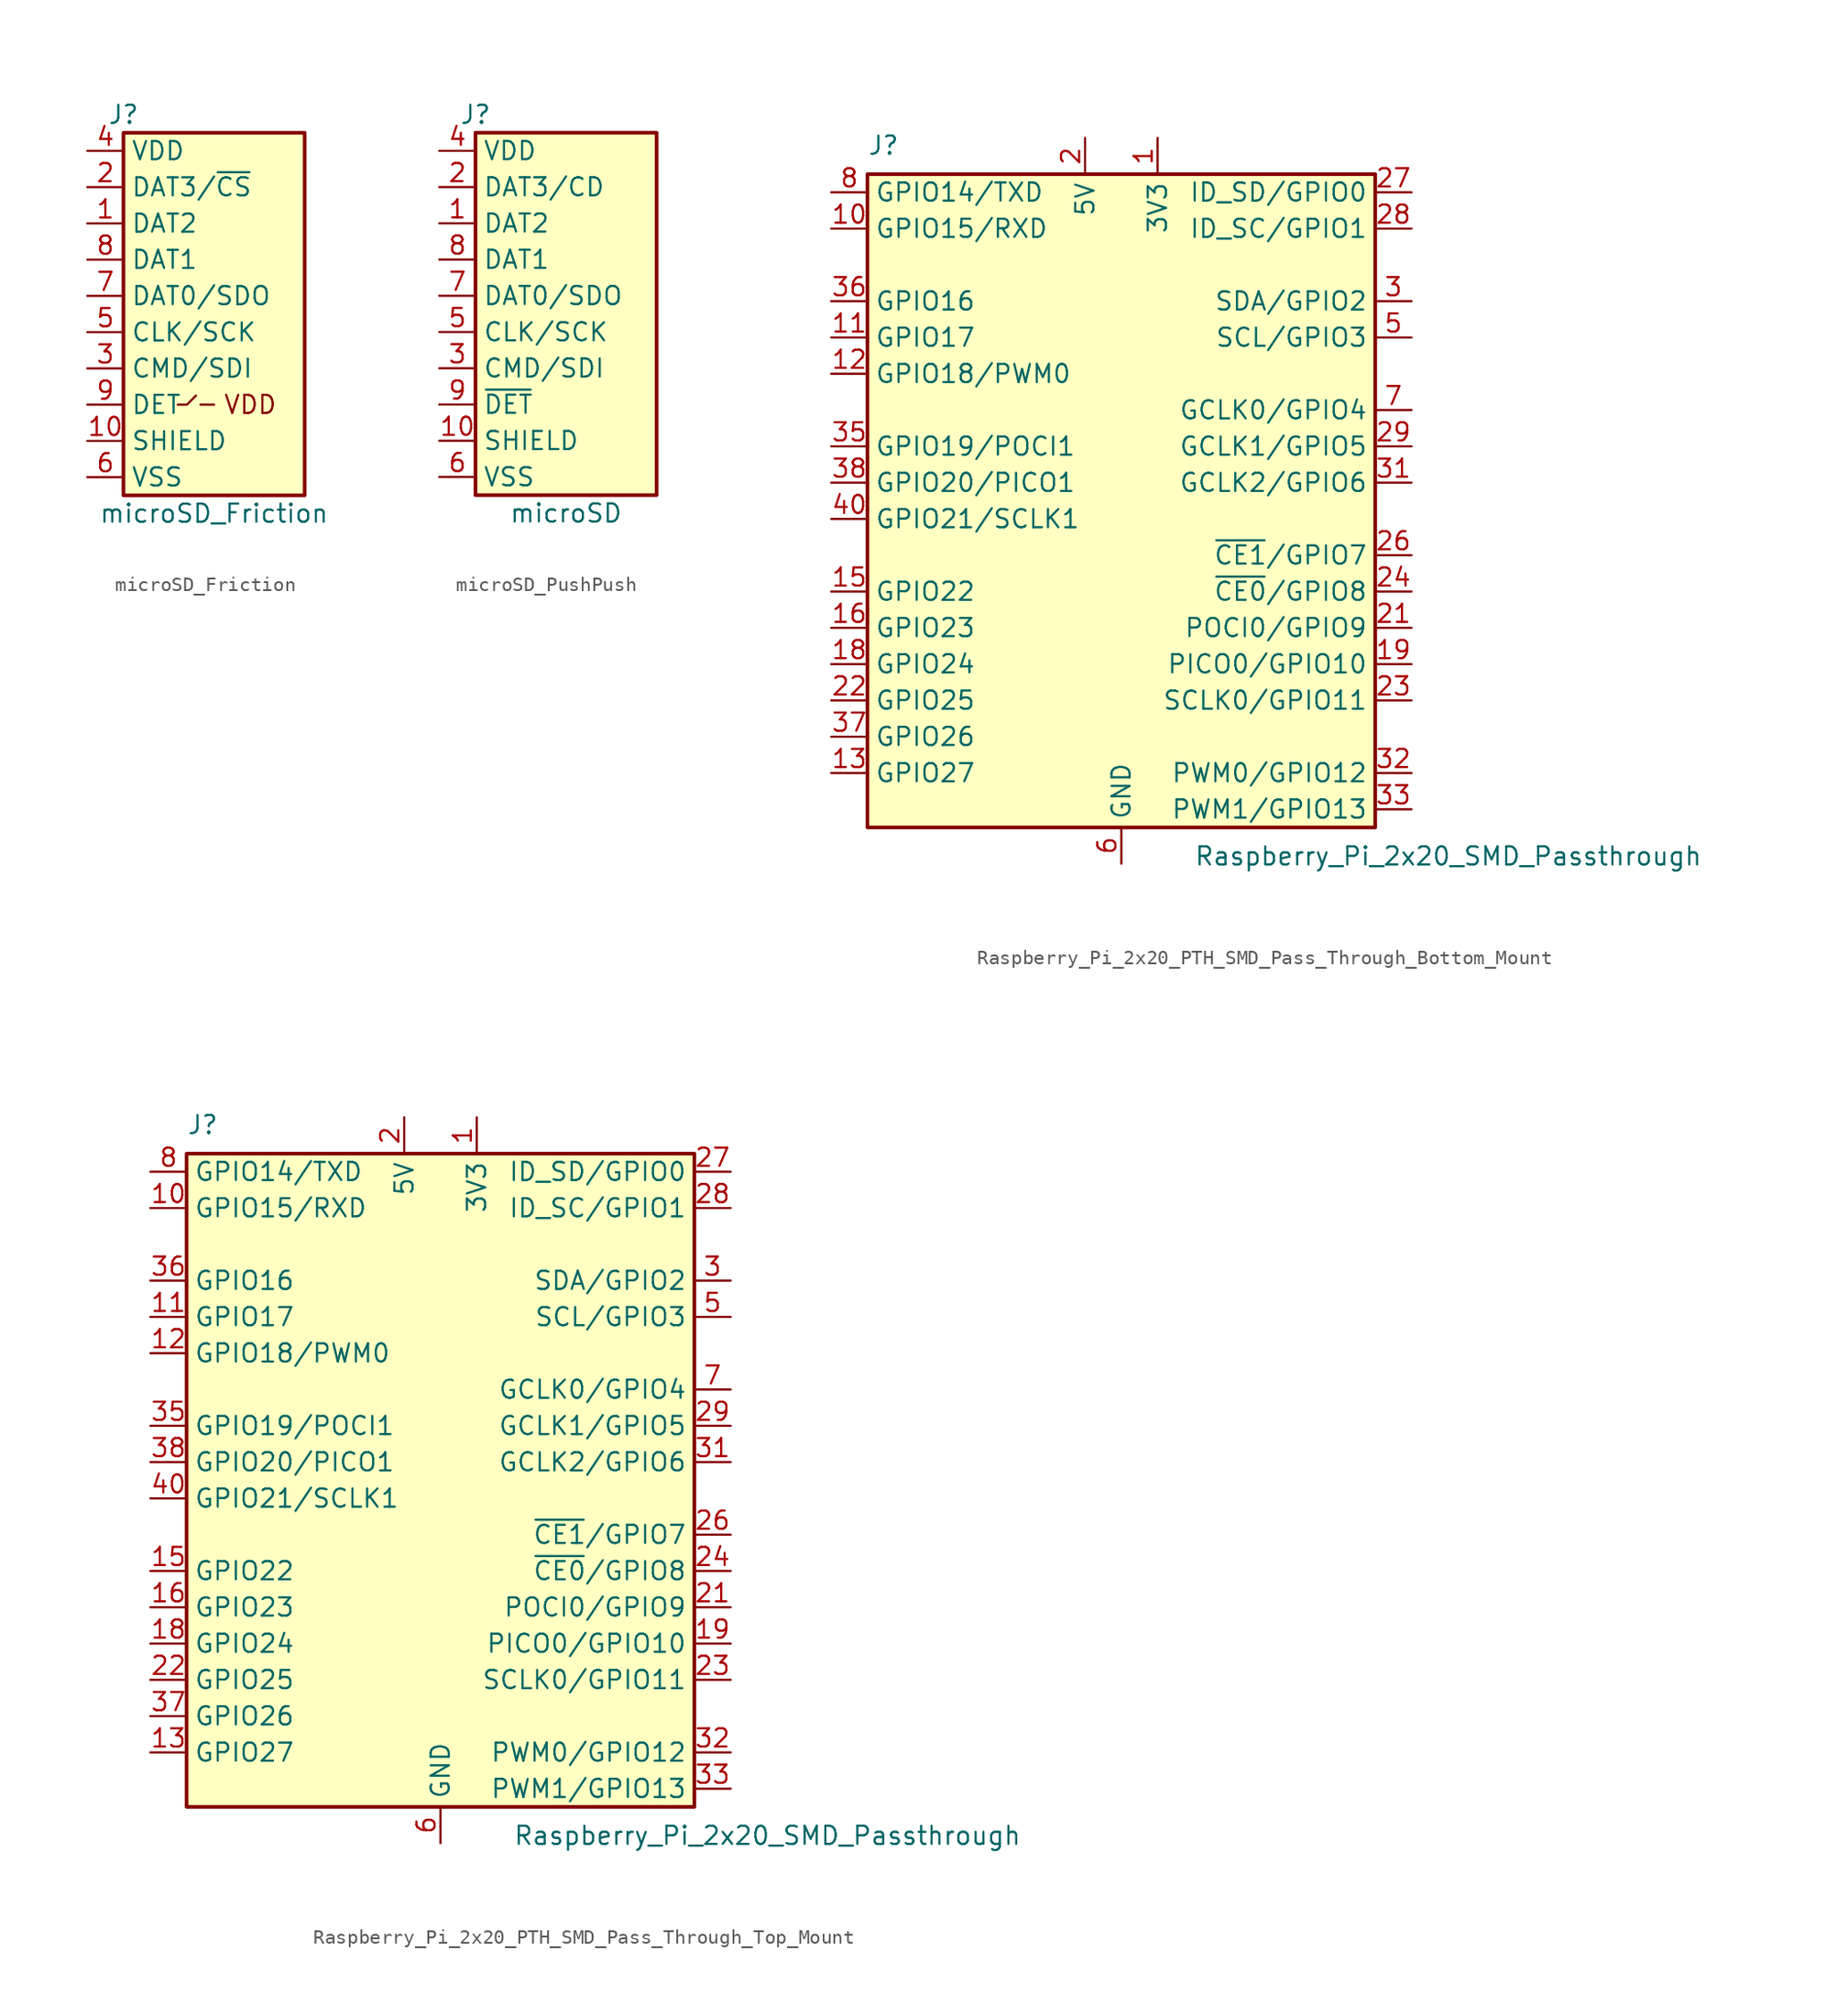
<source format=kicad_sym>
(kicad_symbol_lib
  (version 20241209)
  (generator "kicad_symbol_editor")
  (generator_version "9.0")
  (symbol "microSD_Friction"
    (property "Reference" "J"
      (at -6.35 15.24 0)
      (do_not_autoplace)
      (effects (font (size 1.27 1.27))))
    (property "Value" "microSD_Friction"
      (at 0 -12.7 0)
      (do_not_autoplace)
      (effects (font (size 1.27 1.27))))
    (symbol "microSD_Friction_0_1"
      (polyline (pts (xy -2.54 -5.08) (xy -1.905 -5.08) (xy -1.27 -4.445)) (stroke (width 0) (type default)) (fill (type none)))
      (polyline (pts (xy 0 -5.08) (xy -0.953 -5.08)) (stroke (width 0) (type default)) (fill (type none))))
    (symbol "microSD_Friction_1_1"
      (rectangle (start -6.35 13.97) (end 6.35 -11.43) (stroke (width 0.254) (type default)) (fill (type background)))
      (text "VDD" (at 2.54 -5.08 0) (effects (font (size 1.27 1.27))))
      (pin power_in line (at -8.89 12.7 0) (length 2.54) (name "VDD" (effects (font (size 1.27 1.27)))) (number "4" (effects (font (size 1.27 1.27)))))
      (pin bidirectional line (at -8.89 10.16 0) (length 2.54) (name "DAT3/~{CS}" (effects (font (size 1.27 1.27)))) (number "2" (effects (font (size 1.27 1.27)))))
      (pin bidirectional line (at -8.89 7.62 0) (length 2.54) (name "DAT2" (effects (font (size 1.27 1.27)))) (number "1" (effects (font (size 1.27 1.27)))))
      (pin bidirectional line (at -8.89 5.08 0) (length 2.54) (name "DAT1" (effects (font (size 1.27 1.27)))) (number "8" (effects (font (size 1.27 1.27)))))
      (pin bidirectional line (at -8.89 2.54 0) (length 2.54) (name "DAT0/SDO" (effects (font (size 1.27 1.27)))) (number "7" (effects (font (size 1.27 1.27)))))
      (pin input line (at -8.89 0 0) (length 2.54) (name "CLK/SCK" (effects (font (size 1.27 1.27)))) (number "5" (effects (font (size 1.27 1.27)))))
      (pin input line (at -8.89 -2.54 0) (length 2.54) (name "CMD/SDI" (effects (font (size 1.27 1.27)))) (number "3" (effects (font (size 1.27 1.27)))))
      (pin passive line (at -8.89 -5.08 0) (length 2.54) (name "DET" (effects (font (size 1.27 1.27)))) (number "9" (effects (font (size 1.27 1.27)))))
      (pin passive line (at -8.89 -7.62 0) (length 2.54) (name "SHIELD" (effects (font (size 1.27 1.27)))) (number "10" (effects (font (size 1.27 1.27)))))
      (pin power_in line (at -8.89 -10.16 0) (length 2.54) (name "VSS" (effects (font (size 1.27 1.27)))) (number "6" (effects (font (size 1.27 1.27)))))))
  (symbol "microSD_PushPush"
    (property "Reference" "J"
      (at -6.35 15.24 0)
      (do_not_autoplace)
      (effects (font (size 1.27 1.27))))
    (property "Value" "microSD"
      (at 0 -12.7 0)
      (do_not_autoplace)
      (effects (font (size 1.27 1.27))))
    (symbol "microSD_PushPush_1_1"
      (rectangle (start -6.35 13.97) (end 6.35 -11.43) (stroke (width 0.254) (type default)) (fill (type background)))
      (pin power_in line (at -8.89 12.7 0) (length 2.54) (name "VDD" (effects (font (size 1.27 1.27)))) (number "4" (effects (font (size 1.27 1.27)))))
      (pin bidirectional line (at -8.89 10.16 0) (length 2.54) (name "DAT3/CD" (effects (font (size 1.27 1.27)))) (number "2" (effects (font (size 1.27 1.27)))))
      (pin bidirectional line (at -8.89 7.62 0) (length 2.54) (name "DAT2" (effects (font (size 1.27 1.27)))) (number "1" (effects (font (size 1.27 1.27)))))
      (pin bidirectional line (at -8.89 5.08 0) (length 2.54) (name "DAT1" (effects (font (size 1.27 1.27)))) (number "8" (effects (font (size 1.27 1.27)))))
      (pin bidirectional line (at -8.89 2.54 0) (length 2.54) (name "DAT0/SDO" (effects (font (size 1.27 1.27)))) (number "7" (effects (font (size 1.27 1.27)))))
      (pin input line (at -8.89 0 0) (length 2.54) (name "CLK/SCK" (effects (font (size 1.27 1.27)))) (number "5" (effects (font (size 1.27 1.27)))))
      (pin input line (at -8.89 -2.54 0) (length 2.54) (name "CMD/SDI" (effects (font (size 1.27 1.27)))) (number "3" (effects (font (size 1.27 1.27)))))
      (pin passive line (at -8.89 -5.08 0) (length 2.54) (name "~{DET}" (effects (font (size 1.27 1.27)))) (number "9" (effects (font (size 1.27 1.27)))))
      (pin passive line (at -8.89 -7.62 0) (length 2.54) (name "SHIELD" (effects (font (size 1.27 1.27)))) (number "10" (effects (font (size 1.27 1.27)))))
      (pin power_in line (at -8.89 -10.16 0) (length 2.54) (name "VSS" (effects (font (size 1.27 1.27)))) (number "6" (effects (font (size 1.27 1.27)))))
      (pin no_connect line (at 2.54 -8.89 90) (length 2.54) (hide yes) (name "SHIELD" (effects (font (size 1.27 1.27)))) (number "11" (effects (font (size 1.27 1.27)))))
      (pin no_connect line (at 3.81 -8.89 90) (length 2.54) (hide yes) (name "SHIELD" (effects (font (size 1.27 1.27)))) (number "12" (effects (font (size 1.27 1.27)))))
      (pin no_connect line (at 5.08 -8.89 90) (length 2.54) (hide yes) (name "SHIELD" (effects (font (size 1.27 1.27)))) (number "13" (effects (font (size 1.27 1.27)))))))
  (symbol "Raspberry_Pi_2x20_PTH_SMD_Pass_Through_Bottom_Mount"
    (property "Reference" "J"
      (at -17.78 25.4 0)
      (effects (font (size 1.27 1.27)) (justify left bottom)))
    (property "Value" "Raspberry_Pi_2x20_SMD_Passthrough"
      (at 5.08 -22.86 0)
      (effects (font (size 1.27 1.27)) (justify left top)))
    (symbol "Raspberry_Pi_2x20_PTH_SMD_Pass_Through_Bottom_Mount_0_1"
      (rectangle (start -17.78 24.13) (end 17.78 -21.59) (stroke (width 0.254) (type default)) (fill (type background))))
    (symbol "Raspberry_Pi_2x20_PTH_SMD_Pass_Through_Bottom_Mount_1_1"
      (pin bidirectional line (at -20.32 22.86 0) (length 2.54) (name "GPIO14/TXD" (effects (font (size 1.27 1.27)))) (number "8" (effects (font (size 1.27 1.27)))))
      (pin bidirectional line (at -20.32 20.32 0) (length 2.54) (name "GPIO15/RXD" (effects (font (size 1.27 1.27)))) (number "10" (effects (font (size 1.27 1.27)))))
      (pin bidirectional line (at -20.32 15.24 0) (length 2.54) (name "GPIO16" (effects (font (size 1.27 1.27)))) (number "36" (effects (font (size 1.27 1.27)))))
      (pin bidirectional line (at -20.32 12.7 0) (length 2.54) (name "GPIO17" (effects (font (size 1.27 1.27)))) (number "11" (effects (font (size 1.27 1.27)))))
      (pin bidirectional line (at -20.32 10.16 0) (length 2.54) (name "GPIO18/PWM0" (effects (font (size 1.27 1.27)))) (number "12" (effects (font (size 1.27 1.27)))))
      (pin bidirectional line (at -20.32 5.08 0) (length 2.54) (name "GPIO19/POCI1" (effects (font (size 1.27 1.27)))) (number "35" (effects (font (size 1.27 1.27)))))
      (pin bidirectional line (at -20.32 2.54 0) (length 2.54) (name "GPIO20/PICO1" (effects (font (size 1.27 1.27)))) (number "38" (effects (font (size 1.27 1.27)))))
      (pin bidirectional line (at -20.32 0 0) (length 2.54) (name "GPIO21/SCLK1" (effects (font (size 1.27 1.27)))) (number "40" (effects (font (size 1.27 1.27)))))
      (pin bidirectional line (at -20.32 -5.08 0) (length 2.54) (name "GPIO22" (effects (font (size 1.27 1.27)))) (number "15" (effects (font (size 1.27 1.27)))))
      (pin bidirectional line (at -20.32 -7.62 0) (length 2.54) (name "GPIO23" (effects (font (size 1.27 1.27)))) (number "16" (effects (font (size 1.27 1.27)))))
      (pin bidirectional line (at -20.32 -10.16 0) (length 2.54) (name "GPIO24" (effects (font (size 1.27 1.27)))) (number "18" (effects (font (size 1.27 1.27)))))
      (pin bidirectional line (at -20.32 -12.7 0) (length 2.54) (name "GPIO25" (effects (font (size 1.27 1.27)))) (number "22" (effects (font (size 1.27 1.27)))))
      (pin bidirectional line (at -20.32 -15.24 0) (length 2.54) (name "GPIO26" (effects (font (size 1.27 1.27)))) (number "37" (effects (font (size 1.27 1.27)))))
      (pin bidirectional line (at -20.32 -17.78 0) (length 2.54) (name "GPIO27" (effects (font (size 1.27 1.27)))) (number "13" (effects (font (size 1.27 1.27)))))
      (pin power_in line (at -2.54 26.67 270) (length 2.54) (name "5V" (effects (font (size 1.27 1.27)))) (number "2" (effects (font (size 1.27 1.27)))))
      (pin passive line (at -2.54 26.67 270) (length 2.54) (hide yes) (name "5V" (effects (font (size 1.27 1.27)))) (number "4" (effects (font (size 1.27 1.27)))))
      (pin passive line (at 0 -24.13 90) (length 2.54) (hide yes) (name "GND" (effects (font (size 1.27 1.27)))) (number "14" (effects (font (size 1.27 1.27)))))
      (pin passive line (at 0 -24.13 90) (length 2.54) (hide yes) (name "GND" (effects (font (size 1.27 1.27)))) (number "20" (effects (font (size 1.27 1.27)))))
      (pin passive line (at 0 -24.13 90) (length 2.54) (hide yes) (name "GND" (effects (font (size 1.27 1.27)))) (number "25" (effects (font (size 1.27 1.27)))))
      (pin passive line (at 0 -24.13 90) (length 2.54) (hide yes) (name "GND" (effects (font (size 1.27 1.27)))) (number "30" (effects (font (size 1.27 1.27)))))
      (pin passive line (at 0 -24.13 90) (length 2.54) (hide yes) (name "GND" (effects (font (size 1.27 1.27)))) (number "34" (effects (font (size 1.27 1.27)))))
      (pin passive line (at 0 -24.13 90) (length 2.54) (hide yes) (name "GND" (effects (font (size 1.27 1.27)))) (number "39" (effects (font (size 1.27 1.27)))))
      (pin power_in line (at 0 -24.13 90) (length 2.54) (name "GND" (effects (font (size 1.27 1.27)))) (number "6" (effects (font (size 1.27 1.27)))))
      (pin passive line (at 0 -24.13 90) (length 2.54) (hide yes) (name "GND" (effects (font (size 1.27 1.27)))) (number "9" (effects (font (size 1.27 1.27)))))
      (pin power_in line (at 2.54 26.67 270) (length 2.54) (name "3V3" (effects (font (size 1.27 1.27)))) (number "1" (effects (font (size 1.27 1.27)))))
      (pin passive line (at 2.54 26.67 270) (length 2.54) (hide yes) (name "3V3" (effects (font (size 1.27 1.27)))) (number "17" (effects (font (size 1.27 1.27)))))
      (pin bidirectional line (at 20.32 22.86 180) (length 2.54) (name "ID_SD/GPIO0" (effects (font (size 1.27 1.27)))) (number "27" (effects (font (size 1.27 1.27)))))
      (pin bidirectional line (at 20.32 20.32 180) (length 2.54) (name "ID_SC/GPIO1" (effects (font (size 1.27 1.27)))) (number "28" (effects (font (size 1.27 1.27)))))
      (pin bidirectional line (at 20.32 15.24 180) (length 2.54) (name "SDA/GPIO2" (effects (font (size 1.27 1.27)))) (number "3" (effects (font (size 1.27 1.27)))))
      (pin bidirectional line (at 20.32 12.7 180) (length 2.54) (name "SCL/GPIO3" (effects (font (size 1.27 1.27)))) (number "5" (effects (font (size 1.27 1.27)))))
      (pin bidirectional line (at 20.32 7.62 180) (length 2.54) (name "GCLK0/GPIO4" (effects (font (size 1.27 1.27)))) (number "7" (effects (font (size 1.27 1.27)))))
      (pin bidirectional line (at 20.32 5.08 180) (length 2.54) (name "GCLK1/GPIO5" (effects (font (size 1.27 1.27)))) (number "29" (effects (font (size 1.27 1.27)))))
      (pin bidirectional line (at 20.32 2.54 180) (length 2.54) (name "GCLK2/GPIO6" (effects (font (size 1.27 1.27)))) (number "31" (effects (font (size 1.27 1.27)))))
      (pin bidirectional line (at 20.32 -2.54 180) (length 2.54) (name "~{CE1}/GPIO7" (effects (font (size 1.27 1.27)))) (number "26" (effects (font (size 1.27 1.27)))))
      (pin bidirectional line (at 20.32 -5.08 180) (length 2.54) (name "~{CE0}/GPIO8" (effects (font (size 1.27 1.27)))) (number "24" (effects (font (size 1.27 1.27)))))
      (pin bidirectional line (at 20.32 -7.62 180) (length 2.54) (name "POCI0/GPIO9" (effects (font (size 1.27 1.27)))) (number "21" (effects (font (size 1.27 1.27)))))
      (pin bidirectional line (at 20.32 -10.16 180) (length 2.54) (name "PICO0/GPIO10" (effects (font (size 1.27 1.27)))) (number "19" (effects (font (size 1.27 1.27)))))
      (pin bidirectional line (at 20.32 -12.7 180) (length 2.54) (name "SCLK0/GPIO11" (effects (font (size 1.27 1.27)))) (number "23" (effects (font (size 1.27 1.27)))))
      (pin bidirectional line (at 20.32 -17.78 180) (length 2.54) (name "PWM0/GPIO12" (effects (font (size 1.27 1.27)))) (number "32" (effects (font (size 1.27 1.27)))))
      (pin bidirectional line (at 20.32 -20.32 180) (length 2.54) (name "PWM1/GPIO13" (effects (font (size 1.27 1.27)))) (number "33" (effects (font (size 1.27 1.27)))))))
  (symbol "Raspberry_Pi_2x20_PTH_SMD_Pass_Through_Top_Mount"
    (property "Reference" "J"
      (at -17.78 25.4 0)
      (effects (font (size 1.27 1.27)) (justify left bottom)))
    (property "Value" "Raspberry_Pi_2x20_SMD_Passthrough"
      (at 5.08 -22.86 0)
      (effects (font (size 1.27 1.27)) (justify left top)))
    (symbol "Raspberry_Pi_2x20_PTH_SMD_Pass_Through_Top_Mount_0_1"
      (rectangle (start -17.78 24.13) (end 17.78 -21.59) (stroke (width 0.254) (type default)) (fill (type background))))
    (symbol "Raspberry_Pi_2x20_PTH_SMD_Pass_Through_Top_Mount_1_1"
      (pin bidirectional line (at -20.32 22.86 0) (length 2.54) (name "GPIO14/TXD" (effects (font (size 1.27 1.27)))) (number "8" (effects (font (size 1.27 1.27)))))
      (pin bidirectional line (at -20.32 20.32 0) (length 2.54) (name "GPIO15/RXD" (effects (font (size 1.27 1.27)))) (number "10" (effects (font (size 1.27 1.27)))))
      (pin bidirectional line (at -20.32 15.24 0) (length 2.54) (name "GPIO16" (effects (font (size 1.27 1.27)))) (number "36" (effects (font (size 1.27 1.27)))))
      (pin bidirectional line (at -20.32 12.7 0) (length 2.54) (name "GPIO17" (effects (font (size 1.27 1.27)))) (number "11" (effects (font (size 1.27 1.27)))))
      (pin bidirectional line (at -20.32 10.16 0) (length 2.54) (name "GPIO18/PWM0" (effects (font (size 1.27 1.27)))) (number "12" (effects (font (size 1.27 1.27)))))
      (pin bidirectional line (at -20.32 5.08 0) (length 2.54) (name "GPIO19/POCI1" (effects (font (size 1.27 1.27)))) (number "35" (effects (font (size 1.27 1.27)))))
      (pin bidirectional line (at -20.32 2.54 0) (length 2.54) (name "GPIO20/PICO1" (effects (font (size 1.27 1.27)))) (number "38" (effects (font (size 1.27 1.27)))))
      (pin bidirectional line (at -20.32 0 0) (length 2.54) (name "GPIO21/SCLK1" (effects (font (size 1.27 1.27)))) (number "40" (effects (font (size 1.27 1.27)))))
      (pin bidirectional line (at -20.32 -5.08 0) (length 2.54) (name "GPIO22" (effects (font (size 1.27 1.27)))) (number "15" (effects (font (size 1.27 1.27)))))
      (pin bidirectional line (at -20.32 -7.62 0) (length 2.54) (name "GPIO23" (effects (font (size 1.27 1.27)))) (number "16" (effects (font (size 1.27 1.27)))))
      (pin bidirectional line (at -20.32 -10.16 0) (length 2.54) (name "GPIO24" (effects (font (size 1.27 1.27)))) (number "18" (effects (font (size 1.27 1.27)))))
      (pin bidirectional line (at -20.32 -12.7 0) (length 2.54) (name "GPIO25" (effects (font (size 1.27 1.27)))) (number "22" (effects (font (size 1.27 1.27)))))
      (pin bidirectional line (at -20.32 -15.24 0) (length 2.54) (name "GPIO26" (effects (font (size 1.27 1.27)))) (number "37" (effects (font (size 1.27 1.27)))))
      (pin bidirectional line (at -20.32 -17.78 0) (length 2.54) (name "GPIO27" (effects (font (size 1.27 1.27)))) (number "13" (effects (font (size 1.27 1.27)))))
      (pin power_in line (at -2.54 26.67 270) (length 2.54) (name "5V" (effects (font (size 1.27 1.27)))) (number "2" (effects (font (size 1.27 1.27)))))
      (pin passive line (at -2.54 26.67 270) (length 2.54) (hide yes) (name "5V" (effects (font (size 1.27 1.27)))) (number "4" (effects (font (size 1.27 1.27)))))
      (pin passive line (at 0 -24.13 90) (length 2.54) (hide yes) (name "GND" (effects (font (size 1.27 1.27)))) (number "14" (effects (font (size 1.27 1.27)))))
      (pin passive line (at 0 -24.13 90) (length 2.54) (hide yes) (name "GND" (effects (font (size 1.27 1.27)))) (number "20" (effects (font (size 1.27 1.27)))))
      (pin passive line (at 0 -24.13 90) (length 2.54) (hide yes) (name "GND" (effects (font (size 1.27 1.27)))) (number "25" (effects (font (size 1.27 1.27)))))
      (pin passive line (at 0 -24.13 90) (length 2.54) (hide yes) (name "GND" (effects (font (size 1.27 1.27)))) (number "30" (effects (font (size 1.27 1.27)))))
      (pin passive line (at 0 -24.13 90) (length 2.54) (hide yes) (name "GND" (effects (font (size 1.27 1.27)))) (number "34" (effects (font (size 1.27 1.27)))))
      (pin passive line (at 0 -24.13 90) (length 2.54) (hide yes) (name "GND" (effects (font (size 1.27 1.27)))) (number "39" (effects (font (size 1.27 1.27)))))
      (pin power_in line (at 0 -24.13 90) (length 2.54) (name "GND" (effects (font (size 1.27 1.27)))) (number "6" (effects (font (size 1.27 1.27)))))
      (pin passive line (at 0 -24.13 90) (length 2.54) (hide yes) (name "GND" (effects (font (size 1.27 1.27)))) (number "9" (effects (font (size 1.27 1.27)))))
      (pin power_in line (at 2.54 26.67 270) (length 2.54) (name "3V3" (effects (font (size 1.27 1.27)))) (number "1" (effects (font (size 1.27 1.27)))))
      (pin passive line (at 2.54 26.67 270) (length 2.54) (hide yes) (name "3V3" (effects (font (size 1.27 1.27)))) (number "17" (effects (font (size 1.27 1.27)))))
      (pin bidirectional line (at 20.32 22.86 180) (length 2.54) (name "ID_SD/GPIO0" (effects (font (size 1.27 1.27)))) (number "27" (effects (font (size 1.27 1.27)))))
      (pin bidirectional line (at 20.32 20.32 180) (length 2.54) (name "ID_SC/GPIO1" (effects (font (size 1.27 1.27)))) (number "28" (effects (font (size 1.27 1.27)))))
      (pin bidirectional line (at 20.32 15.24 180) (length 2.54) (name "SDA/GPIO2" (effects (font (size 1.27 1.27)))) (number "3" (effects (font (size 1.27 1.27)))))
      (pin bidirectional line (at 20.32 12.7 180) (length 2.54) (name "SCL/GPIO3" (effects (font (size 1.27 1.27)))) (number "5" (effects (font (size 1.27 1.27)))))
      (pin bidirectional line (at 20.32 7.62 180) (length 2.54) (name "GCLK0/GPIO4" (effects (font (size 1.27 1.27)))) (number "7" (effects (font (size 1.27 1.27)))))
      (pin bidirectional line (at 20.32 5.08 180) (length 2.54) (name "GCLK1/GPIO5" (effects (font (size 1.27 1.27)))) (number "29" (effects (font (size 1.27 1.27)))))
      (pin bidirectional line (at 20.32 2.54 180) (length 2.54) (name "GCLK2/GPIO6" (effects (font (size 1.27 1.27)))) (number "31" (effects (font (size 1.27 1.27)))))
      (pin bidirectional line (at 20.32 -2.54 180) (length 2.54) (name "~{CE1}/GPIO7" (effects (font (size 1.27 1.27)))) (number "26" (effects (font (size 1.27 1.27)))))
      (pin bidirectional line (at 20.32 -5.08 180) (length 2.54) (name "~{CE0}/GPIO8" (effects (font (size 1.27 1.27)))) (number "24" (effects (font (size 1.27 1.27)))))
      (pin bidirectional line (at 20.32 -7.62 180) (length 2.54) (name "POCI0/GPIO9" (effects (font (size 1.27 1.27)))) (number "21" (effects (font (size 1.27 1.27)))))
      (pin bidirectional line (at 20.32 -10.16 180) (length 2.54) (name "PICO0/GPIO10" (effects (font (size 1.27 1.27)))) (number "19" (effects (font (size 1.27 1.27)))))
      (pin bidirectional line (at 20.32 -12.7 180) (length 2.54) (name "SCLK0/GPIO11" (effects (font (size 1.27 1.27)))) (number "23" (effects (font (size 1.27 1.27)))))
      (pin bidirectional line (at 20.32 -17.78 180) (length 2.54) (name "PWM0/GPIO12" (effects (font (size 1.27 1.27)))) (number "32" (effects (font (size 1.27 1.27)))))
      (pin bidirectional line (at 20.32 -20.32 180) (length 2.54) (name "PWM1/GPIO13" (effects (font (size 1.27 1.27)))) (number "33" (effects (font (size 1.27 1.27))))))))
</source>
